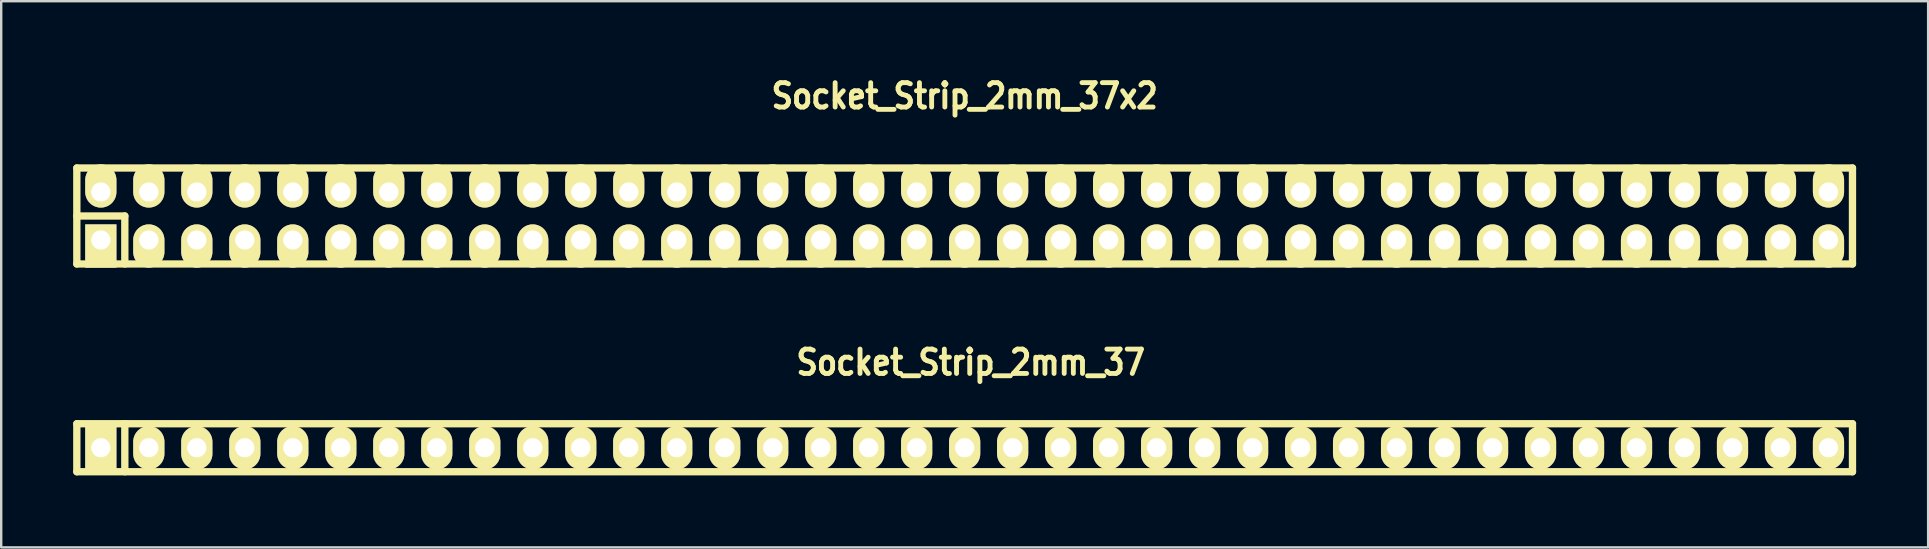
<source format=kicad_pcb>
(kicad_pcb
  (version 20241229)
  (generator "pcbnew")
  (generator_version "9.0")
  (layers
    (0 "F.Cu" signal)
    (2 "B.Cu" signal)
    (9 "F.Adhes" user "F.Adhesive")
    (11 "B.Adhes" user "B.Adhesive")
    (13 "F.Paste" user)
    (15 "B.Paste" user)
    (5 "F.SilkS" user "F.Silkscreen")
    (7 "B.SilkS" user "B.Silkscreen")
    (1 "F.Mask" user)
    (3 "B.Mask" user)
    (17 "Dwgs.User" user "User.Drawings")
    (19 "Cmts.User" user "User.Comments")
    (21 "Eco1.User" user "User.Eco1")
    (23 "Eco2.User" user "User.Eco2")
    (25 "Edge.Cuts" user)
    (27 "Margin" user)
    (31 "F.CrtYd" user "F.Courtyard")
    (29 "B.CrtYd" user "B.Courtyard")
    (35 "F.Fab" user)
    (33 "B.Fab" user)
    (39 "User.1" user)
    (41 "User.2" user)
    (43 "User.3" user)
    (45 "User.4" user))
  (footprint "Socket_Strip_2mm_37"
    (layer "F.Cu")
    (at 37.152 15.61)
    (property "Reference" "Socket_Strip_2mm_37" (at 0.254 -3.556 0) (layer "F.SilkS") (effects (font (size 1.016 0.889) (thickness 0.203))))
    (attr through_hole)
    (fp_line (start -37 -1) (end 37 -1) (stroke (width 0.305) (type solid)) (layer "F.SilkS"))
    (fp_line (start -37 1) (end -37 -1) (stroke (width 0.305) (type solid)) (layer "F.SilkS"))
    (fp_line (start -35 -1) (end -35 1) (stroke (width 0.305) (type solid)) (layer "F.SilkS"))
    (fp_line (start 37 -1) (end 37 1) (stroke (width 0.305) (type solid)) (layer "F.SilkS"))
    (fp_line (start 37 1) (end -37 1) (stroke (width 0.305) (type solid)) (layer "F.SilkS"))
    (pad "1" thru_hole rect (at -36 0) (size 1.3 1.8) (drill 0.8) (layers "*.Cu" "*.Mask" "F.SilkS"))
    (pad "2" thru_hole oval (at -34 0) (size 1.3 1.8) (drill 0.8) (layers "*.Cu" "*.Mask" "F.SilkS"))
    (pad "3" thru_hole oval (at -32 0) (size 1.3 1.8) (drill 0.8) (layers "*.Cu" "*.Mask" "F.SilkS"))
    (pad "4" thru_hole oval (at -30 0) (size 1.3 1.8) (drill 0.8) (layers "*.Cu" "*.Mask" "F.SilkS"))
    (pad "5" thru_hole oval (at -28 0) (size 1.3 1.8) (drill 0.8) (layers "*.Cu" "*.Mask" "F.SilkS"))
    (pad "6" thru_hole oval (at -26 0) (size 1.3 1.8) (drill 0.8) (layers "*.Cu" "*.Mask" "F.SilkS"))
    (pad "7" thru_hole oval (at -24 0) (size 1.3 1.8) (drill 0.8) (layers "*.Cu" "*.Mask" "F.SilkS"))
    (pad "8" thru_hole oval (at -22 0) (size 1.3 1.8) (drill 0.8) (layers "*.Cu" "*.Mask" "F.SilkS"))
    (pad "9" thru_hole oval (at -20 0) (size 1.3 1.8) (drill 0.8) (layers "*.Cu" "*.Mask" "F.SilkS"))
    (pad "10" thru_hole oval (at -18 0) (size 1.3 1.8) (drill 0.8) (layers "*.Cu" "*.Mask" "F.SilkS"))
    (pad "11" thru_hole oval (at -16 0) (size 1.3 1.8) (drill 0.8) (layers "*.Cu" "*.Mask" "F.SilkS"))
    (pad "12" thru_hole oval (at -14 0) (size 1.3 1.8) (drill 0.8) (layers "*.Cu" "*.Mask" "F.SilkS"))
    (pad "13" thru_hole oval (at -12 0) (size 1.3 1.8) (drill 0.8) (layers "*.Cu" "*.Mask" "F.SilkS"))
    (pad "14" thru_hole oval (at -10 0) (size 1.3 1.8) (drill 0.8) (layers "*.Cu" "*.Mask" "F.SilkS"))
    (pad "15" thru_hole oval (at -8 0) (size 1.3 1.8) (drill 0.8) (layers "*.Cu" "*.Mask" "F.SilkS"))
    (pad "16" thru_hole oval (at -6 0) (size 1.3 1.8) (drill 0.8) (layers "*.Cu" "*.Mask" "F.SilkS"))
    (pad "17" thru_hole oval (at -4 0) (size 1.3 1.8) (drill 0.8) (layers "*.Cu" "*.Mask" "F.SilkS"))
    (pad "18" thru_hole oval (at -2 0) (size 1.3 1.8) (drill 0.8) (layers "*.Cu" "*.Mask" "F.SilkS"))
    (pad "19" thru_hole oval (at 0 0) (size 1.3 1.8) (drill 0.8) (layers "*.Cu" "*.Mask" "F.SilkS"))
    (pad "20" thru_hole oval (at 2 0) (size 1.3 1.8) (drill 0.8) (layers "*.Cu" "*.Mask" "F.SilkS"))
    (pad "21" thru_hole oval (at 4 0) (size 1.3 1.8) (drill 0.8) (layers "*.Cu" "*.Mask" "F.SilkS"))
    (pad "22" thru_hole oval (at 6 0) (size 1.3 1.8) (drill 0.8) (layers "*.Cu" "*.Mask" "F.SilkS"))
    (pad "23" thru_hole oval (at 8 0) (size 1.3 1.8) (drill 0.8) (layers "*.Cu" "*.Mask" "F.SilkS"))
    (pad "24" thru_hole oval (at 10 0) (size 1.3 1.8) (drill 0.8) (layers "*.Cu" "*.Mask" "F.SilkS"))
    (pad "25" thru_hole oval (at 12 0) (size 1.3 1.8) (drill 0.8) (layers "*.Cu" "*.Mask" "F.SilkS"))
    (pad "26" thru_hole oval (at 14 0) (size 1.3 1.8) (drill 0.8) (layers "*.Cu" "*.Mask" "F.SilkS"))
    (pad "27" thru_hole oval (at 16 0) (size 1.3 1.8) (drill 0.8) (layers "*.Cu" "*.Mask" "F.SilkS"))
    (pad "28" thru_hole oval (at 18 0) (size 1.3 1.8) (drill 0.8) (layers "*.Cu" "*.Mask" "F.SilkS"))
    (pad "29" thru_hole oval (at 20 0) (size 1.3 1.8) (drill 0.8) (layers "*.Cu" "*.Mask" "F.SilkS"))
    (pad "30" thru_hole oval (at 22 0) (size 1.3 1.8) (drill 0.8) (layers "*.Cu" "*.Mask" "F.SilkS"))
    (pad "31" thru_hole oval (at 24 0) (size 1.3 1.8) (drill 0.8) (layers "*.Cu" "*.Mask" "F.SilkS"))
    (pad "32" thru_hole oval (at 26 0) (size 1.3 1.8) (drill 0.8) (layers "*.Cu" "*.Mask" "F.SilkS"))
    (pad "33" thru_hole oval (at 28 0) (size 1.3 1.8) (drill 0.8) (layers "*.Cu" "*.Mask" "F.SilkS"))
    (pad "34" thru_hole oval (at 30 0) (size 1.3 1.8) (drill 0.8) (layers "*.Cu" "*.Mask" "F.SilkS"))
    (pad "35" thru_hole oval (at 32 0) (size 1.3 1.8) (drill 0.8) (layers "*.Cu" "*.Mask" "F.SilkS"))
    (pad "36" thru_hole oval (at 34 0) (size 1.3 1.8) (drill 0.8) (layers "*.Cu" "*.Mask" "F.SilkS"))
    (pad "37" thru_hole oval (at 36 0) (size 1.3 1.8) (drill 0.8) (layers "*.Cu" "*.Mask" "F.SilkS")))
  (footprint "Socket_Strip_2mm_37x2"
    (layer "F.Cu")
    (at 37.152 5.951)
    (property "Reference" "Socket_Strip_2mm_37x2" (at 0 -5 0) (layer "F.SilkS") (effects (font (size 1.016 0.889) (thickness 0.203))))
    (attr through_hole)
    (fp_line (start -37 -2) (end 37 -2) (stroke (width 0.305) (type solid)) (layer "F.SilkS"))
    (fp_line (start -37 0) (end -35 0) (stroke (width 0.305) (type solid)) (layer "F.SilkS"))
    (fp_line (start -37 2) (end -37 -2) (stroke (width 0.305) (type solid)) (layer "F.SilkS"))
    (fp_line (start -35 0) (end -35 2) (stroke (width 0.305) (type solid)) (layer "F.SilkS"))
    (fp_line (start 37 -2) (end 37 2) (stroke (width 0.305) (type solid)) (layer "F.SilkS"))
    (fp_line (start 37 2) (end -37 2) (stroke (width 0.305) (type solid)) (layer "F.SilkS"))
    (pad "1" thru_hole rect (at -36 1) (size 1.3 1.8) (drill 0.8 (offset 0 0.25)) (layers "*.Cu" "*.Mask" "F.SilkS"))
    (pad "2" thru_hole oval (at -36 -1) (size 1.3 1.8) (drill 0.8 (offset 0 -0.25)) (layers "*.Cu" "*.Mask" "F.SilkS"))
    (pad "3" thru_hole oval (at -34 1) (size 1.3 1.8) (drill 0.8 (offset 0 0.25)) (layers "*.Cu" "*.Mask" "F.SilkS"))
    (pad "4" thru_hole oval (at -34 -1) (size 1.3 1.8) (drill 0.8 (offset 0 -0.25)) (layers "*.Cu" "*.Mask" "F.SilkS"))
    (pad "5" thru_hole oval (at -32 1) (size 1.3 1.8) (drill 0.8 (offset 0 0.25)) (layers "*.Cu" "*.Mask" "F.SilkS"))
    (pad "6" thru_hole oval (at -32 -1) (size 1.3 1.8) (drill 0.8 (offset 0 -0.25)) (layers "*.Cu" "*.Mask" "F.SilkS"))
    (pad "7" thru_hole oval (at -30 1) (size 1.3 1.8) (drill 0.8 (offset 0 0.25)) (layers "*.Cu" "*.Mask" "F.SilkS"))
    (pad "8" thru_hole oval (at -30 -1) (size 1.3 1.8) (drill 0.8 (offset 0 -0.25)) (layers "*.Cu" "*.Mask" "F.SilkS"))
    (pad "9" thru_hole oval (at -28 1) (size 1.3 1.8) (drill 0.8 (offset 0 0.25)) (layers "*.Cu" "*.Mask" "F.SilkS"))
    (pad "10" thru_hole oval (at -28 -1) (size 1.3 1.8) (drill 0.8 (offset 0 -0.25)) (layers "*.Cu" "*.Mask" "F.SilkS"))
    (pad "11" thru_hole oval (at -26 1) (size 1.3 1.8) (drill 0.8 (offset 0 0.25)) (layers "*.Cu" "*.Mask" "F.SilkS"))
    (pad "12" thru_hole oval (at -26 -1) (size 1.3 1.8) (drill 0.8 (offset 0 -0.25)) (layers "*.Cu" "*.Mask" "F.SilkS"))
    (pad "13" thru_hole oval (at -24 1) (size 1.3 1.8) (drill 0.8 (offset 0 0.25)) (layers "*.Cu" "*.Mask" "F.SilkS"))
    (pad "14" thru_hole oval (at -24 -1) (size 1.3 1.8) (drill 0.8 (offset 0 -0.25)) (layers "*.Cu" "*.Mask" "F.SilkS"))
    (pad "15" thru_hole oval (at -22 1) (size 1.3 1.8) (drill 0.8 (offset 0 0.25)) (layers "*.Cu" "*.Mask" "F.SilkS"))
    (pad "16" thru_hole oval (at -22 -1) (size 1.3 1.8) (drill 0.8 (offset 0 -0.25)) (layers "*.Cu" "*.Mask" "F.SilkS"))
    (pad "17" thru_hole oval (at -20 1) (size 1.3 1.8) (drill 0.8 (offset 0 0.25)) (layers "*.Cu" "*.Mask" "F.SilkS"))
    (pad "18" thru_hole oval (at -20 -1) (size 1.3 1.8) (drill 0.8 (offset 0 -0.25)) (layers "*.Cu" "*.Mask" "F.SilkS"))
    (pad "19" thru_hole oval (at -18 1) (size 1.3 1.8) (drill 0.8 (offset 0 0.25)) (layers "*.Cu" "*.Mask" "F.SilkS"))
    (pad "20" thru_hole oval (at -18 -1) (size 1.3 1.8) (drill 0.8 (offset 0 -0.25)) (layers "*.Cu" "*.Mask" "F.SilkS"))
    (pad "21" thru_hole oval (at -16 1) (size 1.3 1.8) (drill 0.8 (offset 0 0.25)) (layers "*.Cu" "*.Mask" "F.SilkS"))
    (pad "22" thru_hole oval (at -16 -1) (size 1.3 1.8) (drill 0.8 (offset 0 -0.25)) (layers "*.Cu" "*.Mask" "F.SilkS"))
    (pad "23" thru_hole oval (at -14 1) (size 1.3 1.8) (drill 0.8 (offset 0 0.25)) (layers "*.Cu" "*.Mask" "F.SilkS"))
    (pad "24" thru_hole oval (at -14 -1) (size 1.3 1.8) (drill 0.8 (offset 0 -0.25)) (layers "*.Cu" "*.Mask" "F.SilkS"))
    (pad "25" thru_hole oval (at -12 1) (size 1.3 1.8) (drill 0.8 (offset 0 0.25)) (layers "*.Cu" "*.Mask" "F.SilkS"))
    (pad "26" thru_hole oval (at -12 -1) (size 1.3 1.8) (drill 0.8 (offset 0 -0.25)) (layers "*.Cu" "*.Mask" "F.SilkS"))
    (pad "27" thru_hole oval (at -10 1) (size 1.3 1.8) (drill 0.8 (offset 0 0.25)) (layers "*.Cu" "*.Mask" "F.SilkS"))
    (pad "28" thru_hole oval (at -10 -1) (size 1.3 1.8) (drill 0.8 (offset 0 -0.25)) (layers "*.Cu" "*.Mask" "F.SilkS"))
    (pad "29" thru_hole oval (at -8 1) (size 1.3 1.8) (drill 0.8 (offset 0 0.25)) (layers "*.Cu" "*.Mask" "F.SilkS"))
    (pad "30" thru_hole oval (at -8 -1) (size 1.3 1.8) (drill 0.8 (offset 0 -0.25)) (layers "*.Cu" "*.Mask" "F.SilkS"))
    (pad "31" thru_hole oval (at -6 1) (size 1.3 1.8) (drill 0.8 (offset 0 0.25)) (layers "*.Cu" "*.Mask" "F.SilkS"))
    (pad "32" thru_hole oval (at -6 -1) (size 1.3 1.8) (drill 0.8 (offset 0 -0.25)) (layers "*.Cu" "*.Mask" "F.SilkS"))
    (pad "33" thru_hole oval (at -4 1) (size 1.3 1.8) (drill 0.8 (offset 0 0.25)) (layers "*.Cu" "*.Mask" "F.SilkS"))
    (pad "34" thru_hole oval (at -4 -1) (size 1.3 1.8) (drill 0.8 (offset 0 -0.25)) (layers "*.Cu" "*.Mask" "F.SilkS"))
    (pad "35" thru_hole oval (at -2 1) (size 1.3 1.8) (drill 0.8 (offset 0 0.25)) (layers "*.Cu" "*.Mask" "F.SilkS"))
    (pad "36" thru_hole oval (at -2 -1) (size 1.3 1.8) (drill 0.8 (offset 0 -0.25)) (layers "*.Cu" "*.Mask" "F.SilkS"))
    (pad "37" thru_hole oval (at 0 1) (size 1.3 1.8) (drill 0.8 (offset 0 0.25)) (layers "*.Cu" "*.Mask" "F.SilkS"))
    (pad "38" thru_hole oval (at 0 -1) (size 1.3 1.8) (drill 0.8 (offset 0 -0.25)) (layers "*.Cu" "*.Mask" "F.SilkS"))
    (pad "39" thru_hole oval (at 2 1) (size 1.3 1.8) (drill 0.8 (offset 0 0.25)) (layers "*.Cu" "*.Mask" "F.SilkS"))
    (pad "40" thru_hole oval (at 2 -1) (size 1.3 1.8) (drill 0.8 (offset 0 -0.25)) (layers "*.Cu" "*.Mask" "F.SilkS"))
    (pad "41" thru_hole oval (at 4 1) (size 1.3 1.8) (drill 0.8 (offset 0 0.25)) (layers "*.Cu" "*.Mask" "F.SilkS"))
    (pad "42" thru_hole oval (at 4 -1) (size 1.3 1.8) (drill 0.8 (offset 0 -0.25)) (layers "*.Cu" "*.Mask" "F.SilkS"))
    (pad "43" thru_hole oval (at 6 1) (size 1.3 1.8) (drill 0.8 (offset 0 0.25)) (layers "*.Cu" "*.Mask" "F.SilkS"))
    (pad "44" thru_hole oval (at 6 -1) (size 1.3 1.8) (drill 0.8 (offset 0 -0.25)) (layers "*.Cu" "*.Mask" "F.SilkS"))
    (pad "45" thru_hole oval (at 8 1) (size 1.3 1.8) (drill 0.8 (offset 0 0.25)) (layers "*.Cu" "*.Mask" "F.SilkS"))
    (pad "46" thru_hole oval (at 8 -1) (size 1.3 1.8) (drill 0.8 (offset 0 -0.25)) (layers "*.Cu" "*.Mask" "F.SilkS"))
    (pad "47" thru_hole oval (at 10 1) (size 1.3 1.8) (drill 0.8 (offset 0 0.25)) (layers "*.Cu" "*.Mask" "F.SilkS"))
    (pad "48" thru_hole oval (at 10 -1) (size 1.3 1.8) (drill 0.8 (offset 0 -0.25)) (layers "*.Cu" "*.Mask" "F.SilkS"))
    (pad "49" thru_hole oval (at 12 1) (size 1.3 1.8) (drill 0.8 (offset 0 0.25)) (layers "*.Cu" "*.Mask" "F.SilkS"))
    (pad "50" thru_hole oval (at 12 -1) (size 1.3 1.8) (drill 0.8 (offset 0 -0.25)) (layers "*.Cu" "*.Mask" "F.SilkS"))
    (pad "51" thru_hole oval (at 14 1) (size 1.3 1.8) (drill 0.8 (offset 0 0.25)) (layers "*.Cu" "*.Mask" "F.SilkS"))
    (pad "52" thru_hole oval (at 14 -1) (size 1.3 1.8) (drill 0.8 (offset 0 -0.25)) (layers "*.Cu" "*.Mask" "F.SilkS"))
    (pad "53" thru_hole oval (at 16 1) (size 1.3 1.8) (drill 0.8 (offset 0 0.25)) (layers "*.Cu" "*.Mask" "F.SilkS"))
    (pad "54" thru_hole oval (at 16 -1) (size 1.3 1.8) (drill 0.8 (offset 0 -0.25)) (layers "*.Cu" "*.Mask" "F.SilkS"))
    (pad "55" thru_hole oval (at 18 1) (size 1.3 1.8) (drill 0.8 (offset 0 0.25)) (layers "*.Cu" "*.Mask" "F.SilkS"))
    (pad "56" thru_hole oval (at 18 -1) (size 1.3 1.8) (drill 0.8 (offset 0 -0.25)) (layers "*.Cu" "*.Mask" "F.SilkS"))
    (pad "57" thru_hole oval (at 20 1) (size 1.3 1.8) (drill 0.8 (offset 0 0.25)) (layers "*.Cu" "*.Mask" "F.SilkS"))
    (pad "58" thru_hole oval (at 20 -1) (size 1.3 1.8) (drill 0.8 (offset 0 -0.25)) (layers "*.Cu" "*.Mask" "F.SilkS"))
    (pad "59" thru_hole oval (at 22 1) (size 1.3 1.8) (drill 0.8 (offset 0 0.25)) (layers "*.Cu" "*.Mask" "F.SilkS"))
    (pad "60" thru_hole oval (at 22 -1) (size 1.3 1.8) (drill 0.8 (offset 0 -0.25)) (layers "*.Cu" "*.Mask" "F.SilkS"))
    (pad "61" thru_hole oval (at 24 1) (size 1.3 1.8) (drill 0.8 (offset 0 0.25)) (layers "*.Cu" "*.Mask" "F.SilkS"))
    (pad "62" thru_hole oval (at 24 -1) (size 1.3 1.8) (drill 0.8 (offset 0 -0.25)) (layers "*.Cu" "*.Mask" "F.SilkS"))
    (pad "63" thru_hole oval (at 26 1) (size 1.3 1.8) (drill 0.8 (offset 0 0.25)) (layers "*.Cu" "*.Mask" "F.SilkS"))
    (pad "64" thru_hole oval (at 26 -1) (size 1.3 1.8) (drill 0.8 (offset 0 -0.25)) (layers "*.Cu" "*.Mask" "F.SilkS"))
    (pad "65" thru_hole oval (at 28 1) (size 1.3 1.8) (drill 0.8 (offset 0 0.25)) (layers "*.Cu" "*.Mask" "F.SilkS"))
    (pad "66" thru_hole oval (at 28 -1) (size 1.3 1.8) (drill 0.8 (offset 0 -0.25)) (layers "*.Cu" "*.Mask" "F.SilkS"))
    (pad "67" thru_hole oval (at 30 1) (size 1.3 1.8) (drill 0.8 (offset 0 0.25)) (layers "*.Cu" "*.Mask" "F.SilkS"))
    (pad "68" thru_hole oval (at 30 -1) (size 1.3 1.8) (drill 0.8 (offset 0 -0.25)) (layers "*.Cu" "*.Mask" "F.SilkS"))
    (pad "69" thru_hole oval (at 32 1) (size 1.3 1.8) (drill 0.8 (offset 0 0.25)) (layers "*.Cu" "*.Mask" "F.SilkS"))
    (pad "70" thru_hole oval (at 32 -1) (size 1.3 1.8) (drill 0.8 (offset 0 -0.25)) (layers "*.Cu" "*.Mask" "F.SilkS"))
    (pad "71" thru_hole oval (at 34 1) (size 1.3 1.8) (drill 0.8 (offset 0 0.25)) (layers "*.Cu" "*.Mask" "F.SilkS"))
    (pad "72" thru_hole oval (at 34 -1) (size 1.3 1.8) (drill 0.8 (offset 0 -0.25)) (layers "*.Cu" "*.Mask" "F.SilkS"))
    (pad "73" thru_hole oval (at 36 1) (size 1.3 1.8) (drill 0.8 (offset 0 0.25)) (layers "*.Cu" "*.Mask" "F.SilkS"))
    (pad "74" thru_hole oval (at 36 -1) (size 1.3 1.8) (drill 0.8 (offset 0 -0.25)) (layers "*.Cu" "*.Mask" "F.SilkS")))
  (gr_rect
    (start -3 -3)
    (end 77.305 19.763)
    (stroke (width 0.1) (type default))
    (fill no)
    (layer "Edge.Cuts")))
</source>
